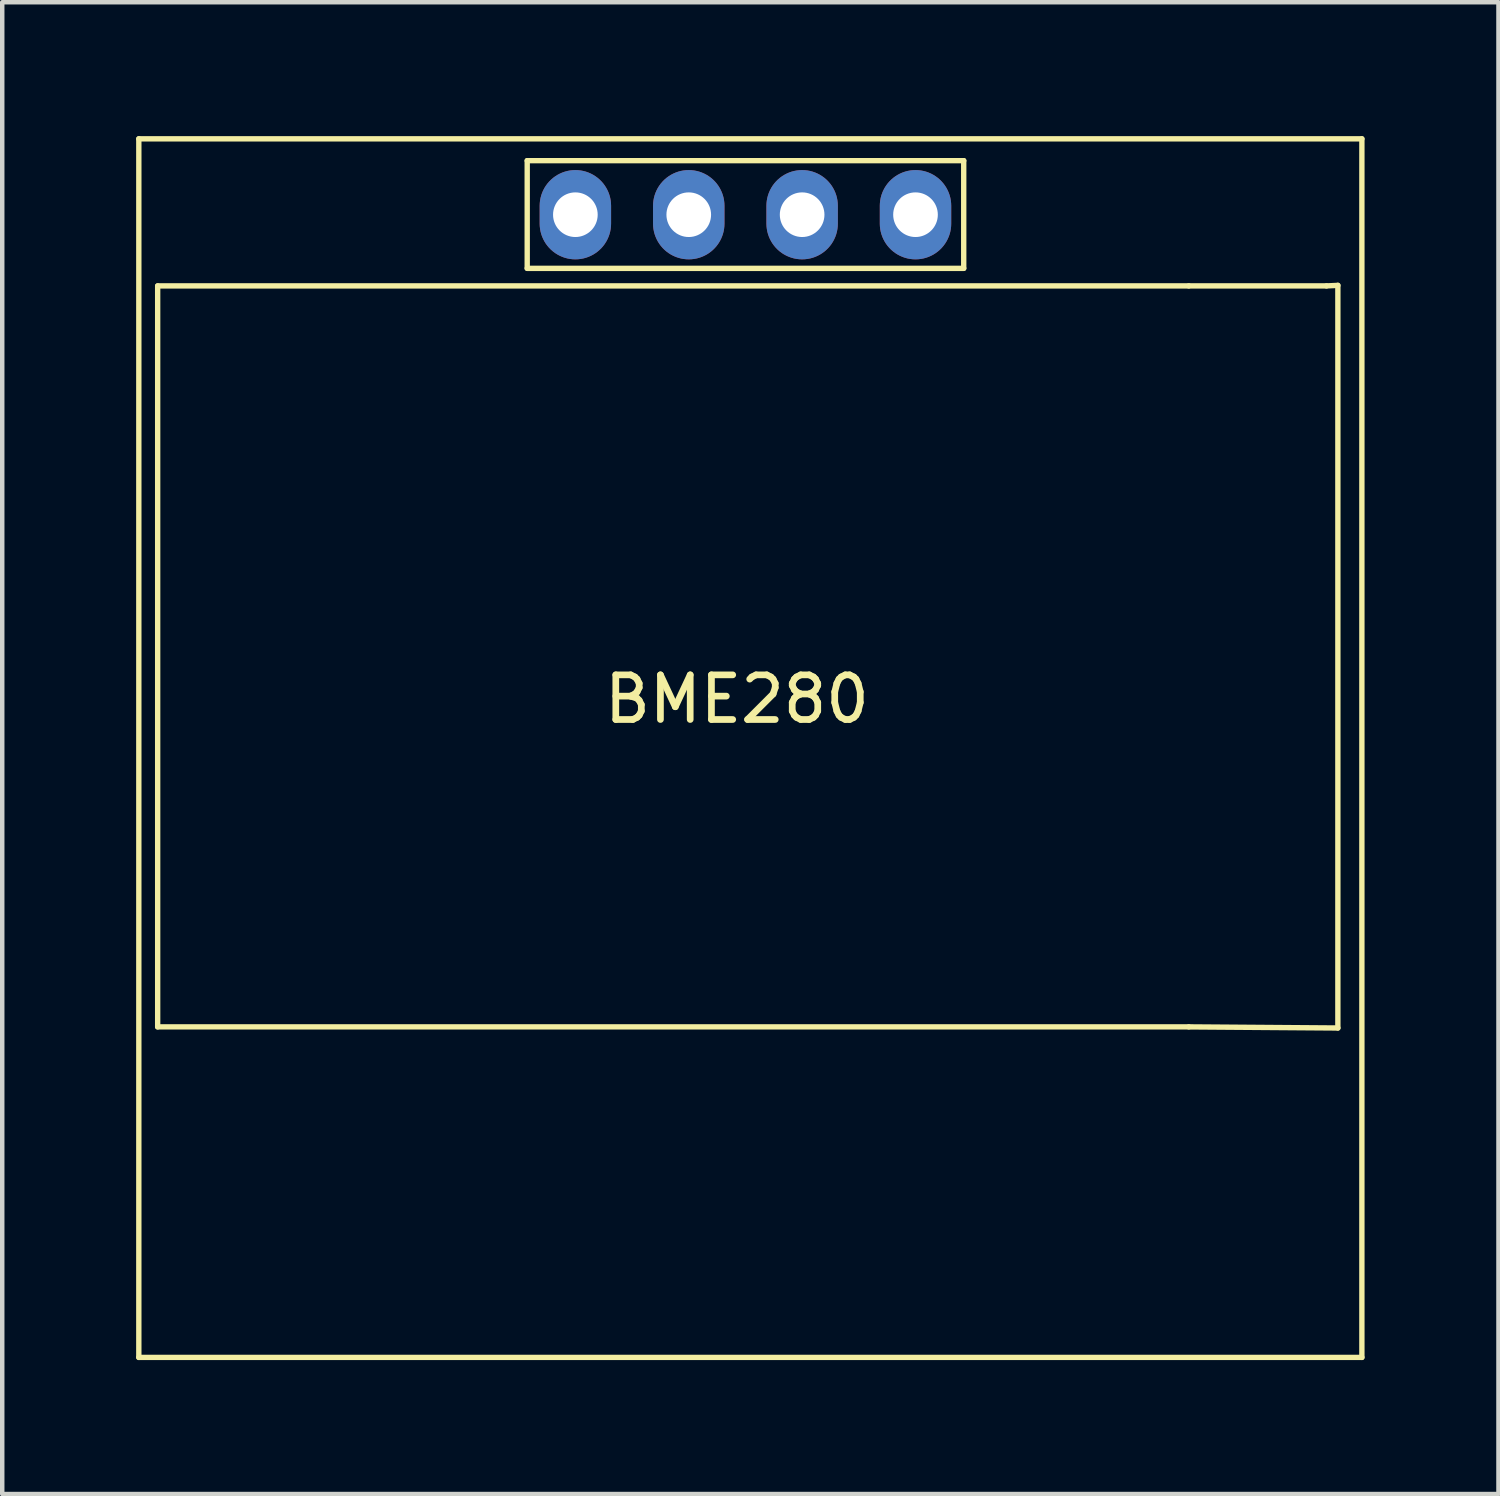
<source format=kicad_pcb>
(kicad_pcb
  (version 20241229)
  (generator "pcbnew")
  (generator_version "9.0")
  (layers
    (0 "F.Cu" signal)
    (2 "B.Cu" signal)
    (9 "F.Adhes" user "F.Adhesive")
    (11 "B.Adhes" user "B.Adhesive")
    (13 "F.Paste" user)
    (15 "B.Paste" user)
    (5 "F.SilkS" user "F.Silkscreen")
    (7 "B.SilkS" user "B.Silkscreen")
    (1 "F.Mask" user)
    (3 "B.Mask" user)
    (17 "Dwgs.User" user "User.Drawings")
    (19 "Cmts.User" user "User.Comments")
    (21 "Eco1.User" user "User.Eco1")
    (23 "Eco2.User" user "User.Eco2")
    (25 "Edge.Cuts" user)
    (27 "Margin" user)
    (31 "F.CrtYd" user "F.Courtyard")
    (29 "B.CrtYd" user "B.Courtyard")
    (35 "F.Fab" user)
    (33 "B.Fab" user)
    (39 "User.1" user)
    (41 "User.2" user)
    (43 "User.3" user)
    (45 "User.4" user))
  (footprint "BME280"
    (layer "F.Cu")
    (at 13.46 12.36)
    (property "Reference" "BME280" (at 0 0.254 0) (layer "F.SilkS") (effects (font (size 1 1) (thickness 0.15))))
    (attr through_hole)
    (fp_line (start -13.4 -12.3) (end 14 -12.3) (stroke (width 0.12) (type solid)) (layer "F.SilkS"))
    (fp_line (start -13.4 15) (end -13.4 -12.3) (stroke (width 0.12) (type solid)) (layer "F.SilkS"))
    (fp_line (start -12.978 -9.005) (end 10.122 -9.005) (stroke (width 0.12) (type solid)) (layer "F.SilkS"))
    (fp_line (start -12.978 7.595) (end -12.978 -9.005) (stroke (width 0.12) (type solid)) (layer "F.SilkS"))
    (fp_line (start -4.699 -11.811) (end -4.699 -9.398) (stroke (width 0.12) (type solid)) (layer "F.SilkS"))
    (fp_line (start -4.699 -11.811) (end 5.08 -11.811) (stroke (width 0.12) (type solid)) (layer "F.SilkS"))
    (fp_line (start 5.08 -11.811) (end 5.08 -9.398) (stroke (width 0.12) (type solid)) (layer "F.SilkS"))
    (fp_line (start 5.08 -9.398) (end -4.699 -9.398) (stroke (width 0.12) (type solid)) (layer "F.SilkS"))
    (fp_line (start 10.122 -9.005) (end 13.208 -9.005) (stroke (width 0.12) (type solid)) (layer "F.SilkS"))
    (fp_line (start 10.122 7.595) (end -12.978 7.595) (stroke (width 0.12) (type solid)) (layer "F.SilkS"))
    (fp_line (start 10.122 7.595) (end 13.462 7.62) (stroke (width 0.12) (type solid)) (layer "F.SilkS"))
    (fp_line (start 13.462 -9.017) (end 13.208 -9.005) (stroke (width 0.12) (type solid)) (layer "F.SilkS"))
    (fp_line (start 13.462 7.62) (end 13.462 -9.017) (stroke (width 0.12) (type solid)) (layer "F.SilkS"))
    (fp_line (start 14 -12.3) (end 14 15) (stroke (width 0.12) (type solid)) (layer "F.SilkS"))
    (fp_line (start 14 15) (end -13.4 15) (stroke (width 0.12) (type solid)) (layer "F.SilkS"))
    (pad "1" thru_hole oval (at -3.62 -10.6 90) (size 2 1.6) (drill 1) (layers "*.Cu" "*.Mask"))
    (pad "2" thru_hole oval (at -1.08 -10.6 90) (size 2 1.6) (drill 1) (layers "*.Cu" "*.Mask"))
    (pad "3" thru_hole oval (at 1.46 -10.6 90) (size 2 1.6) (drill 1) (layers "*.Cu" "*.Mask"))
    (pad "4" thru_hole oval (at 4 -10.6 90) (size 2 1.6) (drill 1) (layers "*.Cu" "*.Mask")))
  (gr_rect
    (start -3 -3)
    (end 30.52 30.42)
    (stroke (width 0.1) (type default))
    (fill no)
    (layer "Edge.Cuts")))
</source>
